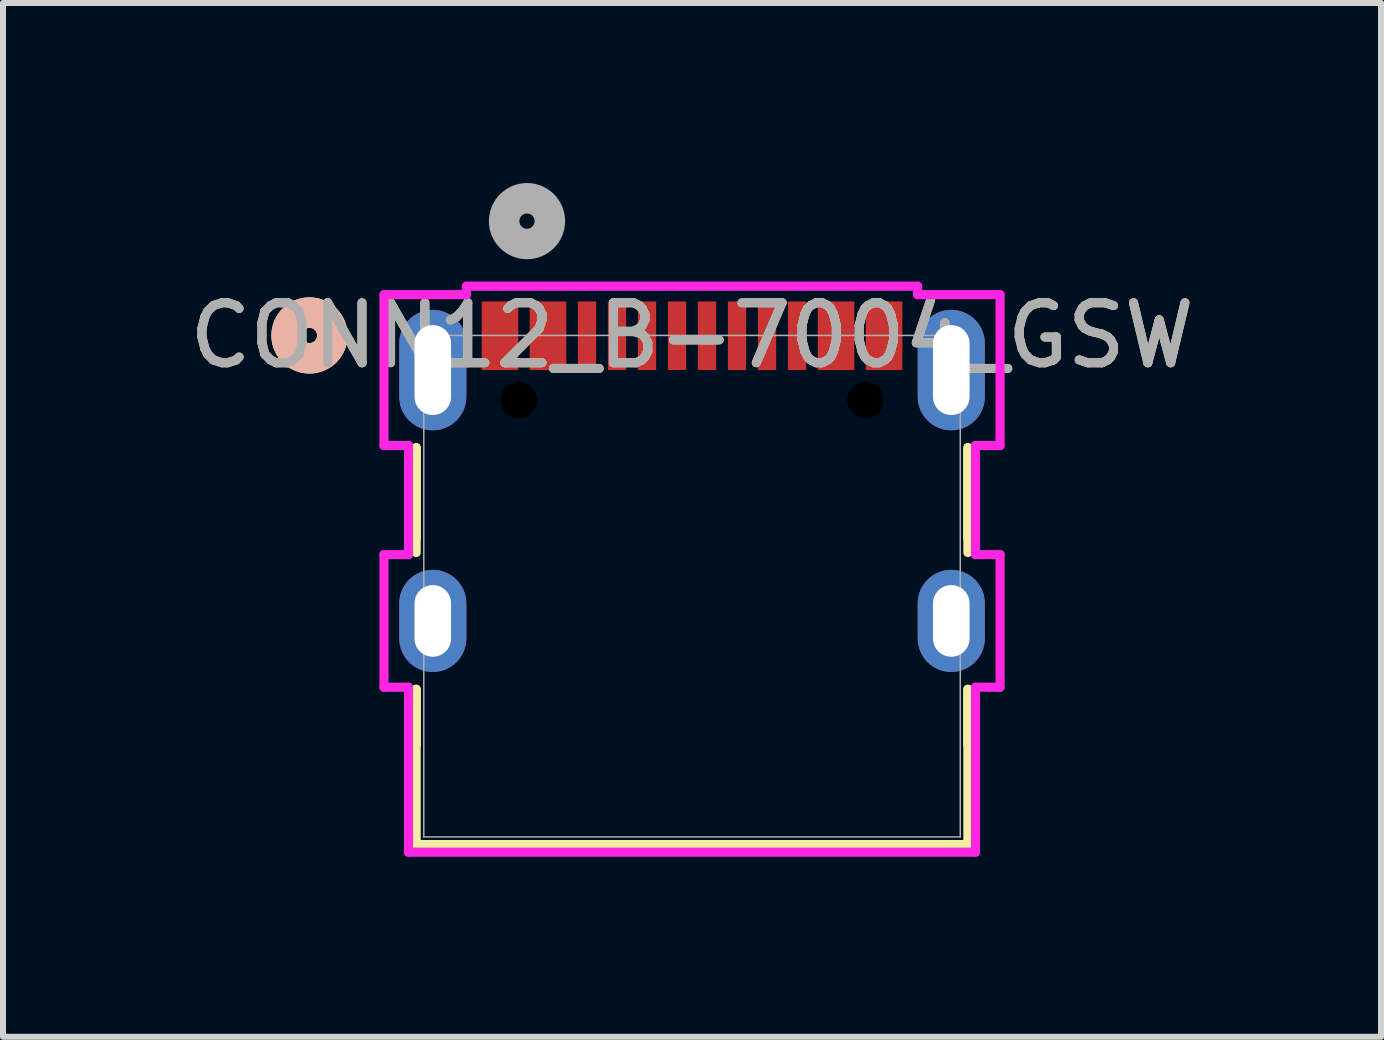
<source format=kicad_pcb>
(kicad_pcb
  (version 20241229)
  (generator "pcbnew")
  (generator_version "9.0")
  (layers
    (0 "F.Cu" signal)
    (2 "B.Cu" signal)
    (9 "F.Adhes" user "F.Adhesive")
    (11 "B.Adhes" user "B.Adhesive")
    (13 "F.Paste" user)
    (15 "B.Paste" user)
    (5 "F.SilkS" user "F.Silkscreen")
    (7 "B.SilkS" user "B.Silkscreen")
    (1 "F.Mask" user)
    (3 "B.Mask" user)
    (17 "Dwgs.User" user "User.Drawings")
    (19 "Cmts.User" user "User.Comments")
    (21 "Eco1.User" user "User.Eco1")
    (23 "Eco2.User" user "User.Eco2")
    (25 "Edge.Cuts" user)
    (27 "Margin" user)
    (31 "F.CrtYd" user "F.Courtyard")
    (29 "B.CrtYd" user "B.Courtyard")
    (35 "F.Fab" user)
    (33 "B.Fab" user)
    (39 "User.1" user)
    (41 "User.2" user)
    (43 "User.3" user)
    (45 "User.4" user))
  (footprint "CONN12_B-7004_GSW"
    (layer "F.Cu")
    (at 5.732 2.54)
    (property "Reference" "CONN12_B-7004_GSW" (at 2.75 0 0) (unlocked yes) (layer "F.SilkS") (effects (font (size 1 1) (thickness 0.15))))
    (attr smd)
    (fp_poly (pts (xy -0.755 -0.567) (xy -0.145 -0.567) (xy -0.145 0.577) (xy -0.755 0.577)) (stroke (width 0) (type solid)) (fill yes) (layer "F.Cu"))
    (fp_poly (pts (xy 0.045 -0.567) (xy 0.655 -0.567) (xy 0.655 0.577) (xy 0.045 0.577)) (stroke (width 0) (type solid)) (fill yes) (layer "F.Cu"))
    (fp_poly (pts (xy 4.845 0.577) (xy 4.845 -0.567) (xy 5.455 -0.567) (xy 5.455 0.577)) (stroke (width 0) (type solid)) (fill yes) (layer "F.Cu"))
    (fp_poly (pts (xy 5.645 -0.567) (xy 6.255 -0.567) (xy 6.255 0.577) (xy 5.645 0.577)) (stroke (width 0) (type solid)) (fill yes) (layer "F.Cu"))
    (fp_line (start -1.847 1.869) (end -1.847 3.386) (stroke (width 0.152) (type solid)) (layer "F.SilkS"))
    (fp_line (start -1.847 3.618) (end -1.847 1.869) (stroke (width 0.152) (type solid)) (layer "F.SilkS"))
    (fp_line (start -1.847 5.896) (end -1.847 6.826) (stroke (width 0.152) (type solid)) (layer "F.SilkS"))
    (fp_line (start -1.847 8.484) (end -1.847 5.896) (stroke (width 0.152) (type solid)) (layer "F.SilkS"))
    (fp_line (start -1.847 8.484) (end 7.347 8.484) (stroke (width 0.152) (type solid)) (layer "F.SilkS"))
    (fp_line (start 7.347 1.869) (end 7.347 3.617) (stroke (width 0.152) (type solid)) (layer "F.SilkS"))
    (fp_line (start 7.347 5.897) (end 7.347 8.484) (stroke (width 0.152) (type solid)) (layer "F.SilkS"))
    (fp_line (start 7.347 3.386) (end 7.347 1.869) (stroke (width 0.152) (type solid)) (layer "F.SilkS"))
    (fp_line (start 7.347 6.826) (end 7.347 5.896) (stroke (width 0.152) (type solid)) (layer "F.SilkS"))
    (fp_line (start 7.347 8.484) (end -1.847 8.484) (stroke (width 0.152) (type solid)) (layer "F.SilkS"))
    (fp_circle (center -3.625 0) (end -3.244 0) (stroke (width 0.508) (type solid)) (fill no) (layer "F.SilkS"))
    (fp_circle (center -3.625 0) (end -3.244 0) (stroke (width 0.508) (type solid)) (fill no) (layer "B.SilkS"))
    (fp_line (start -2.383 -0.68) (end -2.383 1.834) (stroke (width 0.152) (type solid)) (layer "F.CrtYd"))
    (fp_line (start -2.383 1.834) (end -1.974 1.834) (stroke (width 0.152) (type solid)) (layer "F.CrtYd"))
    (fp_line (start -2.383 3.652) (end -2.383 5.862) (stroke (width 0.152) (type solid)) (layer "F.CrtYd"))
    (fp_line (start -2.383 5.862) (end -1.974 5.862) (stroke (width 0.152) (type solid)) (layer "F.CrtYd"))
    (fp_line (start -1.974 1.834) (end -1.974 3.652) (stroke (width 0.152) (type solid)) (layer "F.CrtYd"))
    (fp_line (start -1.974 3.652) (end -2.383 3.652) (stroke (width 0.152) (type solid)) (layer "F.CrtYd"))
    (fp_line (start -1.974 5.862) (end -1.974 8.611) (stroke (width 0.152) (type solid)) (layer "F.CrtYd"))
    (fp_line (start -1.974 8.611) (end 7.474 8.611) (stroke (width 0.152) (type solid)) (layer "F.CrtYd"))
    (fp_line (start -1.009 -0.821) (end -1.009 -0.68) (stroke (width 0.152) (type solid)) (layer "F.CrtYd"))
    (fp_line (start -1.009 -0.68) (end -2.383 -0.68) (stroke (width 0.152) (type solid)) (layer "F.CrtYd"))
    (fp_line (start 6.509 -0.821) (end -1.009 -0.821) (stroke (width 0.152) (type solid)) (layer "F.CrtYd"))
    (fp_line (start 6.509 -0.68) (end 6.509 -0.821) (stroke (width 0.152) (type solid)) (layer "F.CrtYd"))
    (fp_line (start 7.474 1.834) (end 7.883 1.834) (stroke (width 0.152) (type solid)) (layer "F.CrtYd"))
    (fp_line (start 7.474 3.652) (end 7.474 1.834) (stroke (width 0.152) (type solid)) (layer "F.CrtYd"))
    (fp_line (start 7.474 5.862) (end 7.883 5.862) (stroke (width 0.152) (type solid)) (layer "F.CrtYd"))
    (fp_line (start 7.474 8.611) (end 7.474 5.862) (stroke (width 0.152) (type solid)) (layer "F.CrtYd"))
    (fp_line (start 7.883 3.652) (end 7.474 3.652) (stroke (width 0.152) (type solid)) (layer "F.CrtYd"))
    (fp_line (start 7.883 5.862) (end 7.883 3.652) (stroke (width 0.152) (type solid)) (layer "F.CrtYd"))
    (fp_line (start 7.883 -0.68) (end 6.509 -0.68) (stroke (width 0.152) (type solid)) (layer "F.CrtYd"))
    (fp_line (start 7.883 1.834) (end 7.883 -0.68) (stroke (width 0.152) (type solid)) (layer "F.CrtYd"))
    (fp_line (start -1.72 0) (end -1.72 8.357) (stroke (width 0.025) (type solid)) (layer "F.Fab"))
    (fp_line (start -1.72 8.357) (end 7.22 8.357) (stroke (width 0.025) (type solid)) (layer "F.Fab"))
    (fp_line (start 7.22 0) (end -1.72 0) (stroke (width 0.025) (type solid)) (layer "F.Fab"))
    (fp_line (start 7.22 8.357) (end 7.22 0) (stroke (width 0.025) (type solid)) (layer "F.Fab"))
    (fp_circle (center 0 -1.905) (end 0.381 -1.905) (stroke (width 0.508) (type solid)) (fill no) (layer "F.Fab"))
    (fp_text user "${REFERENCE}" (at 2.75 0 0) (unlocked yes) (layer "F.Fab") (effects (font (size 1 1) (thickness 0.15))))
    (pad "" np_thru_hole circle (at -0.14 1.077) (size 0.61 0.61) (drill 0.61) (layers))
    (pad "" np_thru_hole circle (at 5.64 1.077) (size 0.61 0.61) (drill 0.61) (layers))
    (pad "1" smd circle (at -0.628 0.005) (size 0.127 0.127) (layers "F.Cu" "F.Mask" "F.Paste"))
    (pad "2" smd circle (at 0.172 0.005) (size 0.127 0.127) (layers "F.Cu" "F.Mask" "F.Paste"))
    (pad "3" smd rect (at 1.5 0.005) (size 0.305 1.143) (layers "F.Cu" "F.Mask" "F.Paste"))
    (pad "4" smd rect (at 2.5 0.005) (size 0.305 1.143) (layers "F.Cu" "F.Mask" "F.Paste"))
    (pad "5" smd rect (at 3 0.005) (size 0.305 1.143) (layers "F.Cu" "F.Mask" "F.Paste"))
    (pad "6" smd rect (at 4 0.005) (size 0.305 1.143) (layers "F.Cu" "F.Mask" "F.Paste"))
    (pad "7" smd circle (at 5.328 0.005) (size 0.127 0.127) (layers "F.Cu" "F.Mask" "F.Paste"))
    (pad "8" smd circle (at 6.128 0.005) (size 0.127 0.127) (layers "F.Cu" "F.Mask" "F.Paste"))
    (pad "9" smd circle (at 5.772 0.005) (size 0.127 0.127) (layers "F.Cu" "F.Mask" "F.Paste"))
    (pad "10" smd circle (at 4.972 0.005) (size 0.127 0.127) (layers "F.Cu" "F.Mask" "F.Paste"))
    (pad "11" smd rect (at 4.5 0.005) (size 0.305 1.143) (layers "F.Cu" "F.Mask" "F.Paste"))
    (pad "12" smd rect (at 3.5 0.005) (size 0.305 1.143) (layers "F.Cu" "F.Mask" "F.Paste"))
    (pad "13" smd rect (at 2 0.005) (size 0.305 1.143) (layers "F.Cu" "F.Mask" "F.Paste"))
    (pad "14" smd rect (at 1 0.005) (size 0.305 1.143) (layers "F.Cu" "F.Mask" "F.Paste"))
    (pad "15" smd circle (at 0.528 0.005) (size 0.127 0.127) (layers "F.Cu" "F.Mask" "F.Paste"))
    (pad "16" smd circle (at -0.272 0.005) (size 0.127 0.127) (layers "F.Cu" "F.Mask" "F.Paste"))
    (pad "17" thru_hole oval (at -1.57 0.577 90) (size 2.007 1.118) (drill oval 1.499 0.61) (layers "*.Cu" "*.Mask"))
    (pad "18" thru_hole oval (at -1.57 4.757 90) (size 1.702 1.118) (drill oval 1.194 0.61) (layers "*.Cu" "*.Mask"))
    (pad "19" thru_hole oval (at 7.07 0.577 90) (size 2.007 1.118) (drill oval 1.499 0.61) (layers "*.Cu" "*.Mask"))
    (pad "20" thru_hole oval (at 7.07 4.757 90) (size 1.702 1.118) (drill oval 1.194 0.61) (layers "*.Cu" "*.Mask")))
  (gr_rect
    (start -3 -3)
    (end 19.964 14.227)
    (stroke (width 0.1) (type default))
    (fill no)
    (layer "Edge.Cuts")))
</source>
